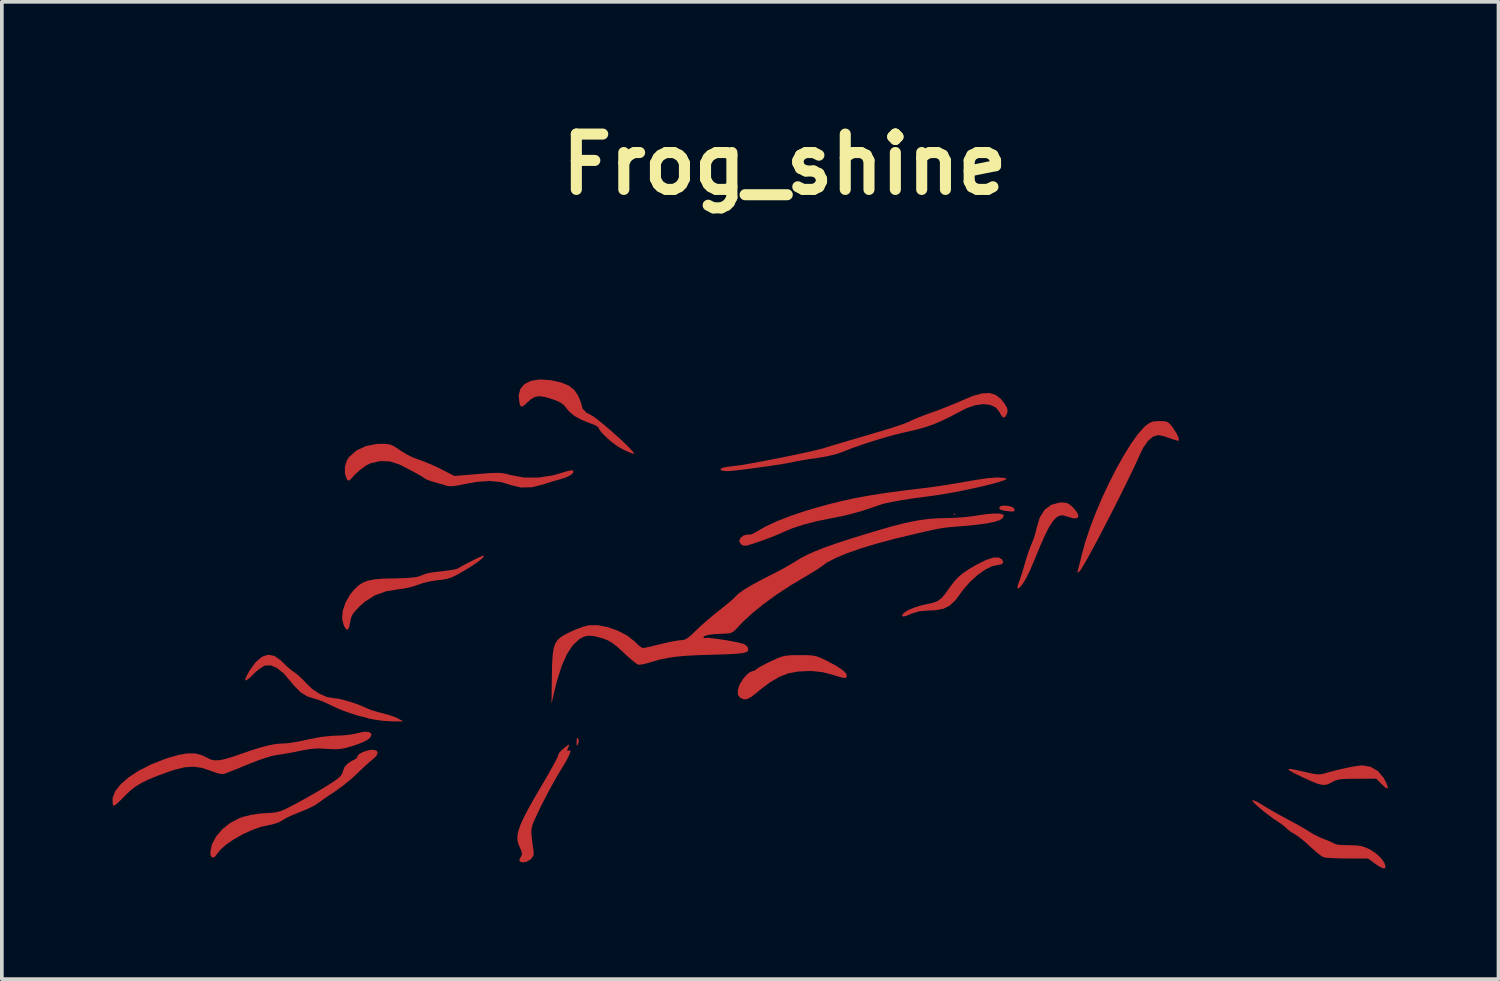
<source format=kicad_pcb>
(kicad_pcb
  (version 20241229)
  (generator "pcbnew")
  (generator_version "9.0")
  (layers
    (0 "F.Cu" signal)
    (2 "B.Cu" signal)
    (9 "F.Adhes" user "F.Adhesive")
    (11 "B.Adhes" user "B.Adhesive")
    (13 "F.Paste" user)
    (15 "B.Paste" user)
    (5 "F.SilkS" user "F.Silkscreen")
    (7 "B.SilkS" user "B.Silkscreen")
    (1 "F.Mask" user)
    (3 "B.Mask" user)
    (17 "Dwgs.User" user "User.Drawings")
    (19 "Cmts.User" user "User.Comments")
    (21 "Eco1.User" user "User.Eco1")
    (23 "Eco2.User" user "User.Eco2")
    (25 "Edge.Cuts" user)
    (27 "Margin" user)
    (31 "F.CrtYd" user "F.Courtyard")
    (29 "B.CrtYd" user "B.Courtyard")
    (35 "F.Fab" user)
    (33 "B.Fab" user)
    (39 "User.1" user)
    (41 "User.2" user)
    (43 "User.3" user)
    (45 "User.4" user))
  (footprint "Frog_shine"
    (layer "F.Cu")
    (at 18.365 12.813)
    (property "Reference" "Frog_shine" (at -0.157 -11.409 0) (layer "F.SilkS") (effects (font (size 1.5 1.5) (thickness 0.3))))
    (attr board_only exclude_from_pos_files exclude_from_bom)
    (fp_poly (pts (xy 4.465 -1.932) (xy 4.444 -1.911) (xy 4.423 -1.932) (xy 4.444 -1.953)) (stroke (width 0) (type solid)) (fill yes) (layer "F.Cu"))
    (fp_poly (pts (xy -5.753 4.137) (xy -5.732 4.217) (xy -5.75 4.284) (xy -5.778 4.345) (xy -5.79 4.337) (xy -5.794 4.251) (xy -5.794 4.24) (xy -5.787 4.145) (xy -5.762 4.13)) (stroke (width 0) (type solid)) (fill yes) (layer "F.Cu"))
    (fp_poly (pts (xy 5.884 -2.159) (xy 5.988 -2.135) (xy 6.057 -2.093) (xy 6.068 -2.07) (xy 6.071 -2.029) (xy 6.049 -2.008) (xy 5.984 -2.005) (xy 5.859 -2.018) (xy 5.79 -2.026) (xy 5.686 -2.057) (xy 5.652 -2.107) (xy 5.688 -2.148) (xy 5.775 -2.165)) (stroke (width 0) (type solid)) (fill yes) (layer "F.Cu"))
    (fp_poly (pts (xy 5.736 -0.704) (xy 5.767 -0.627) (xy 5.722 -0.574) (xy 5.61 -0.554) (xy 5.456 -0.52) (xy 5.271 -0.426) (xy 5.073 -0.285) (xy 4.876 -0.108) (xy 4.697 0.093) (xy 4.613 0.208) (xy 4.46 0.412) (xy 4.313 0.548) (xy 4.15 0.629) (xy 3.95 0.668) (xy 3.765 0.676) (xy 3.49 0.699) (xy 3.284 0.762) (xy 3.138 0.822) (xy 3.056 0.842) (xy 3.028 0.821) (xy 3.032 0.792) (xy 3.089 0.729) (xy 3.209 0.659) (xy 3.374 0.591) (xy 3.564 0.533) (xy 3.69 0.506) (xy 3.863 0.468) (xy 3.989 0.42) (xy 4.092 0.344) (xy 4.195 0.224) (xy 4.296 0.082) (xy 4.423 -0.09) (xy 4.547 -0.227) (xy 4.69 -0.346) (xy 4.873 -0.466) (xy 5.053 -0.569) (xy 5.305 -0.694) (xy 5.502 -0.757) (xy 5.646 -0.758)) (stroke (width 0) (type solid)) (fill yes) (layer "F.Cu"))
    (fp_poly (pts (xy 7.49 -2.235) (xy 7.591 -2.176) (xy 7.674 -2.096) (xy 7.776 -1.965) (xy 7.804 -1.872) (xy 7.763 -1.822) (xy 7.656 -1.821) (xy 7.488 -1.872) (xy 7.485 -1.874) (xy 7.384 -1.901) (xy 7.291 -1.892) (xy 7.201 -1.84) (xy 7.109 -1.74) (xy 7.009 -1.585) (xy 6.899 -1.369) (xy 6.773 -1.085) (xy 6.626 -0.727) (xy 6.61 -0.687) (xy 6.497 -0.421) (xy 6.389 -0.202) (xy 6.292 -0.04) (xy 6.21 0.057) (xy 6.16 0.082) (xy 6.148 0.049) (xy 6.17 -0.034) (xy 6.179 -0.056) (xy 6.216 -0.157) (xy 6.267 -0.314) (xy 6.324 -0.5) (xy 6.35 -0.593) (xy 6.409 -0.786) (xy 6.469 -0.965) (xy 6.523 -1.104) (xy 6.542 -1.146) (xy 6.593 -1.273) (xy 6.644 -1.441) (xy 6.674 -1.574) (xy 6.758 -1.848) (xy 6.888 -2.052) (xy 7.064 -2.184) (xy 7.285 -2.246) (xy 7.374 -2.25)) (stroke (width 0) (type solid)) (fill yes) (layer "F.Cu"))
    (fp_poly (pts (xy 15.725 4.914) (xy 15.92 5.03) (xy 16.076 5.215) (xy 16.146 5.351) (xy 16.184 5.461) (xy 16.176 5.502) (xy 16.121 5.475) (xy 16.016 5.38) (xy 16.008 5.372) (xy 15.87 5.234) (xy 15.349 5.236) (xy 15.123 5.238) (xy 14.962 5.245) (xy 14.848 5.26) (xy 14.762 5.285) (xy 14.684 5.322) (xy 14.665 5.333) (xy 14.576 5.38) (xy 14.491 5.403) (xy 14.396 5.4) (xy 14.275 5.368) (xy 14.113 5.303) (xy 13.895 5.204) (xy 13.823 5.17) (xy 13.633 5.076) (xy 13.521 5.012) (xy 13.486 4.976) (xy 13.53 4.968) (xy 13.653 4.987) (xy 13.857 5.033) (xy 13.93 5.05) (xy 14.124 5.094) (xy 14.26 5.115) (xy 14.364 5.115) (xy 14.458 5.095) (xy 14.462 5.094) (xy 14.684 5.032) (xy 14.919 4.974) (xy 15.145 4.925) (xy 15.339 4.891) (xy 15.478 4.874) (xy 15.5 4.874)) (stroke (width 0) (type solid)) (fill yes) (layer "F.Cu"))
    (fp_poly (pts (xy 0.447 1.887) (xy 0.59 1.896) (xy 0.705 1.918) (xy 0.82 1.961) (xy 0.963 2.029) (xy 0.99 2.042) (xy 1.245 2.179) (xy 1.419 2.294) (xy 1.513 2.39) (xy 1.528 2.466) (xy 1.528 2.468) (xy 1.506 2.498) (xy 1.461 2.506) (xy 1.376 2.489) (xy 1.234 2.447) (xy 1.171 2.426) (xy 0.876 2.349) (xy 0.585 2.318) (xy 0.5 2.317) (xy 0.205 2.331) (xy -0.056 2.381) (xy -0.302 2.476) (xy -0.552 2.623) (xy -0.826 2.83) (xy -0.911 2.902) (xy -1.06 3.018) (xy -1.171 3.077) (xy -1.265 3.084) (xy -1.355 3.047) (xy -1.421 2.964) (xy -1.427 2.838) (xy -1.377 2.684) (xy -1.279 2.527) (xy -1.185 2.42) (xy -1.098 2.348) (xy -1.051 2.33) (xy -0.959 2.301) (xy -0.926 2.273) (xy -0.868 2.23) (xy -0.753 2.165) (xy -0.602 2.087) (xy -0.529 2.052) (xy -0.362 1.976) (xy -0.233 1.927) (xy -0.112 1.901) (xy 0.03 1.889) (xy 0.225 1.886) (xy 0.248 1.886)) (stroke (width 0) (type solid)) (fill yes) (layer "F.Cu"))
    (fp_poly (pts (xy 10.137 -4.451) (xy 10.222 -4.428) (xy 10.29 -4.369) (xy 10.357 -4.281) (xy 10.454 -4.134) (xy 10.512 -4.013) (xy 10.526 -3.936) (xy 10.52 -3.923) (xy 10.474 -3.927) (xy 10.374 -3.957) (xy 10.282 -3.99) (xy 10.139 -4.037) (xy 10.012 -4.067) (xy 9.959 -4.073) (xy 9.824 -4.033) (xy 9.688 -3.917) (xy 9.561 -3.737) (xy 9.492 -3.598) (xy 9.389 -3.37) (xy 9.264 -3.104) (xy 9.121 -2.809) (xy 8.965 -2.494) (xy 8.803 -2.17) (xy 8.637 -1.845) (xy 8.474 -1.53) (xy 8.319 -1.234) (xy 8.176 -0.966) (xy 8.05 -0.737) (xy 7.946 -0.556) (xy 7.87 -0.432) (xy 7.827 -0.377) (xy 7.779 -0.345) (xy 7.779 -0.381) (xy 7.786 -0.406) (xy 7.808 -0.485) (xy 7.842 -0.621) (xy 7.884 -0.79) (xy 7.898 -0.851) (xy 7.994 -1.2) (xy 8.122 -1.58) (xy 8.276 -1.979) (xy 8.449 -2.385) (xy 8.637 -2.785) (xy 8.832 -3.167) (xy 9.029 -3.52) (xy 9.222 -3.831) (xy 9.405 -4.089) (xy 9.572 -4.28) (xy 9.615 -4.32) (xy 9.722 -4.402) (xy 9.823 -4.442) (xy 9.959 -4.455) (xy 10 -4.455)) (stroke (width 0) (type solid)) (fill yes) (layer "F.Cu"))
    (fp_poly (pts (xy -6.508 -5.565) (xy -6.222 -5.504) (xy -6.007 -5.416) (xy -5.853 -5.294) (xy -5.762 -5.16) (xy -5.708 -5.043) (xy -5.674 -4.954) (xy -5.67 -4.929) (xy -5.63 -4.794) (xy -5.526 -4.681) (xy -5.418 -4.626) (xy -5.348 -4.587) (xy -5.239 -4.507) (xy -5.099 -4.395) (xy -4.942 -4.263) (xy -4.778 -4.119) (xy -4.617 -3.974) (xy -4.471 -3.837) (xy -4.351 -3.718) (xy -4.268 -3.627) (xy -4.232 -3.575) (xy -4.239 -3.566) (xy -4.302 -3.584) (xy -4.415 -3.63) (xy -4.553 -3.694) (xy -4.683 -3.771) (xy -4.828 -3.877) (xy -4.969 -3.997) (xy -5.09 -4.116) (xy -5.173 -4.217) (xy -5.203 -4.284) (xy -5.24 -4.315) (xy -5.332 -4.36) (xy -5.405 -4.387) (xy -5.668 -4.492) (xy -5.862 -4.6) (xy -6.001 -4.72) (xy -6.058 -4.791) (xy -6.145 -4.895) (xy -6.255 -4.97) (xy -6.417 -5.037) (xy -6.437 -5.043) (xy -6.646 -5.106) (xy -6.8 -5.129) (xy -6.92 -5.111) (xy -7.027 -5.049) (xy -7.099 -4.985) (xy -7.207 -4.886) (xy -7.273 -4.846) (xy -7.312 -4.862) (xy -7.339 -4.931) (xy -7.339 -4.932) (xy -7.364 -5.148) (xy -7.317 -5.325) (xy -7.203 -5.458) (xy -7.026 -5.546) (xy -6.793 -5.582)) (stroke (width 0) (type solid)) (fill yes) (layer "F.Cu"))
    (fp_poly (pts (xy -5.995 4.339) (xy -6.003 4.354) (xy -6.046 4.451) (xy -6.039 4.484) (xy -6.012 4.473) (xy -5.964 4.462) (xy -5.963 4.514) (xy -6.007 4.625) (xy -6.095 4.79) (xy -6.209 4.977) (xy -6.332 5.183) (xy -6.474 5.435) (xy -6.617 5.702) (xy -6.746 5.955) (xy -6.756 5.976) (xy -6.863 6.197) (xy -6.938 6.359) (xy -6.986 6.478) (xy -7.011 6.571) (xy -7.019 6.655) (xy -7.015 6.746) (xy -7.008 6.815) (xy -6.99 6.978) (xy -6.97 7.125) (xy -6.957 7.202) (xy -6.959 7.315) (xy -7.028 7.411) (xy -7.03 7.413) (xy -7.137 7.48) (xy -7.249 7.504) (xy -7.334 7.478) (xy -7.338 7.475) (xy -7.339 7.422) (xy -7.307 7.356) (xy -7.274 7.288) (xy -7.28 7.217) (xy -7.326 7.109) (xy -7.331 7.098) (xy -7.374 6.995) (xy -7.397 6.89) (xy -7.396 6.775) (xy -7.368 6.64) (xy -7.312 6.479) (xy -7.222 6.282) (xy -7.097 6.042) (xy -6.933 5.749) (xy -6.726 5.396) (xy -6.66 5.284) (xy -6.535 5.07) (xy -6.429 4.88) (xy -6.347 4.726) (xy -6.297 4.621) (xy -6.284 4.578) (xy -6.266 4.534) (xy -6.197 4.46) (xy -6.13 4.403) (xy -6.033 4.329) (xy -5.991 4.309)) (stroke (width 0) (type solid)) (fill yes) (layer "F.Cu"))
    (fp_poly (pts (xy -13.987 1.904) (xy -13.821 2.017) (xy -13.771 2.067) (xy -13.643 2.192) (xy -13.5 2.309) (xy -13.45 2.343) (xy -13.324 2.442) (xy -13.187 2.572) (xy -13.115 2.651) (xy -12.951 2.808) (xy -12.754 2.936) (xy -12.552 3.022) (xy -12.384 3.05) (xy -12.254 3.066) (xy -12.074 3.109) (xy -11.871 3.17) (xy -11.673 3.24) (xy -11.507 3.312) (xy -11.501 3.315) (xy -11.364 3.372) (xy -11.189 3.427) (xy -11.071 3.456) (xy -10.898 3.501) (xy -10.733 3.558) (xy -10.645 3.597) (xy -10.482 3.683) (xy -10.8 3.681) (xy -11.015 3.669) (xy -11.25 3.638) (xy -11.42 3.604) (xy -11.75 3.515) (xy -12.023 3.427) (xy -12.261 3.333) (xy -12.454 3.242) (xy -12.615 3.167) (xy -12.769 3.105) (xy -12.878 3.072) (xy -13.091 3.004) (xy -13.275 2.89) (xy -13.449 2.715) (xy -13.536 2.606) (xy -13.726 2.384) (xy -13.91 2.236) (xy -14.082 2.164) (xy -14.238 2.172) (xy -14.26 2.18) (xy -14.36 2.241) (xy -14.483 2.34) (xy -14.563 2.418) (xy -14.661 2.511) (xy -14.736 2.566) (xy -14.769 2.573) (xy -14.764 2.524) (xy -14.721 2.426) (xy -14.65 2.3) (xy -14.649 2.298) (xy -14.484 2.073) (xy -14.319 1.932) (xy -14.153 1.876)) (stroke (width 0) (type solid)) (fill yes) (layer "F.Cu"))
    (fp_poly (pts (xy 12.574 5.829) (xy 12.679 5.88) (xy 12.787 5.946) (xy 12.916 6.025) (xy 13.095 6.129) (xy 13.299 6.243) (xy 13.476 6.338) (xy 13.67 6.442) (xy 13.849 6.542) (xy 13.992 6.627) (xy 14.076 6.682) (xy 14.192 6.751) (xy 14.347 6.826) (xy 14.458 6.871) (xy 14.595 6.925) (xy 14.701 6.973) (xy 14.746 6.999) (xy 14.805 7.017) (xy 14.925 7.03) (xy 15.085 7.036) (xy 15.133 7.036) (xy 15.325 7.041) (xy 15.464 7.059) (xy 15.585 7.097) (xy 15.708 7.155) (xy 15.864 7.257) (xy 15.998 7.381) (xy 16.091 7.507) (xy 16.126 7.615) (xy 16.102 7.665) (xy 16.027 7.653) (xy 15.9 7.579) (xy 15.835 7.533) (xy 15.65 7.397) (xy 15.093 7.397) (xy 14.876 7.394) (xy 14.684 7.387) (xy 14.534 7.377) (xy 14.448 7.364) (xy 14.443 7.363) (xy 14.37 7.318) (xy 14.258 7.231) (xy 14.127 7.115) (xy 14.082 7.073) (xy 13.94 6.944) (xy 13.799 6.83) (xy 13.686 6.751) (xy 13.664 6.739) (xy 13.55 6.67) (xy 13.463 6.6) (xy 13.452 6.589) (xy 13.38 6.522) (xy 13.27 6.44) (xy 13.222 6.409) (xy 13.08 6.314) (xy 12.93 6.203) (xy 12.785 6.088) (xy 12.658 5.981) (xy 12.563 5.892) (xy 12.514 5.833) (xy 12.515 5.816)) (stroke (width 0) (type solid)) (fill yes) (layer "F.Cu"))
    (fp_poly (pts (xy -8.304 -0.788) (xy -8.352 -0.733) (xy -8.454 -0.651) (xy -8.6 -0.549) (xy -8.779 -0.436) (xy -8.835 -0.403) (xy -9.022 -0.296) (xy -9.163 -0.226) (xy -9.286 -0.184) (xy -9.415 -0.159) (xy -9.536 -0.147) (xy -9.733 -0.118) (xy -9.936 -0.071) (xy -10.08 -0.022) (xy -10.257 0.036) (xy -10.463 0.082) (xy -10.588 0.098) (xy -10.951 0.156) (xy -11.259 0.267) (xy -11.529 0.439) (xy -11.647 0.543) (xy -11.777 0.673) (xy -11.857 0.774) (xy -11.901 0.868) (xy -11.925 0.979) (xy -11.926 0.984) (xy -11.956 1.133) (xy -11.992 1.199) (xy -12.038 1.185) (xy -12.096 1.096) (xy -12.146 0.911) (xy -12.132 0.696) (xy -12.057 0.467) (xy -11.927 0.242) (xy -11.822 0.113) (xy -11.708 0.003) (xy -11.587 -0.077) (xy -11.444 -0.132) (xy -11.263 -0.167) (xy -11.028 -0.186) (xy -10.737 -0.192) (xy -10.483 -0.199) (xy -10.273 -0.212) (xy -10.121 -0.232) (xy -10.058 -0.249) (xy -9.944 -0.295) (xy -9.851 -0.326) (xy -9.753 -0.348) (xy -9.625 -0.366) (xy -9.439 -0.386) (xy -9.426 -0.388) (xy -9.252 -0.409) (xy -9.109 -0.434) (xy -9.019 -0.456) (xy -9.002 -0.465) (xy -8.94 -0.504) (xy -8.829 -0.564) (xy -8.692 -0.636) (xy -8.55 -0.707) (xy -8.426 -0.766) (xy -8.341 -0.802) (xy -8.319 -0.808)) (stroke (width 0) (type solid)) (fill yes) (layer "F.Cu"))
    (fp_poly (pts (xy 5.78 -2.917) (xy 5.849 -2.899) (xy 5.847 -2.878) (xy 5.772 -2.844) (xy 5.637 -2.8) (xy 5.452 -2.749) (xy 5.228 -2.694) (xy 4.977 -2.637) (xy 4.711 -2.58) (xy 4.439 -2.527) (xy 4.174 -2.48) (xy 3.927 -2.441) (xy 3.787 -2.422) (xy 3.374 -2.367) (xy 3.021 -2.314) (xy 2.734 -2.262) (xy 2.52 -2.214) (xy 2.415 -2.181) (xy 1.946 -2.022) (xy 1.506 -1.903) (xy 1.118 -1.824) (xy 0.737 -1.748) (xy 0.379 -1.656) (xy 0.065 -1.555) (xy -0.187 -1.45) (xy -0.211 -1.438) (xy -0.332 -1.384) (xy -0.507 -1.314) (xy -0.71 -1.238) (xy -0.913 -1.166) (xy -1.091 -1.108) (xy -1.196 -1.078) (xy -1.29 -1.085) (xy -1.334 -1.111) (xy -1.38 -1.183) (xy -1.387 -1.213) (xy -1.351 -1.292) (xy -1.267 -1.356) (xy -1.172 -1.38) (xy -1.151 -1.377) (xy -1.057 -1.387) (xy -0.931 -1.447) (xy -0.903 -1.466) (xy -0.671 -1.6) (xy -0.368 -1.741) (xy -0.004 -1.883) (xy 0.409 -2.022) (xy 0.669 -2.099) (xy 1.048 -2.204) (xy 1.41 -2.293) (xy 1.771 -2.371) (xy 2.15 -2.44) (xy 2.566 -2.505) (xy 3.037 -2.568) (xy 3.384 -2.61) (xy 3.644 -2.642) (xy 3.887 -2.674) (xy 4.134 -2.71) (xy 4.406 -2.754) (xy 4.724 -2.808) (xy 5.032 -2.862) (xy 5.345 -2.908) (xy 5.597 -2.927)) (stroke (width 0) (type solid)) (fill yes) (layer "F.Cu"))
    (fp_poly (pts (xy -11.212 4.473) (xy -11.181 4.533) (xy -11.218 4.618) (xy -11.317 4.712) (xy -11.409 4.787) (xy -11.538 4.902) (xy -11.68 5.037) (xy -11.731 5.088) (xy -11.905 5.247) (xy -12.113 5.417) (xy -12.314 5.563) (xy -12.348 5.586) (xy -12.503 5.689) (xy -12.636 5.78) (xy -12.727 5.845) (xy -12.751 5.865) (xy -12.88 5.953) (xy -13.088 6.056) (xy -13.37 6.17) (xy -13.374 6.172) (xy -13.536 6.239) (xy -13.683 6.313) (xy -13.772 6.367) (xy -13.89 6.428) (xy -14.045 6.475) (xy -14.119 6.489) (xy -14.343 6.538) (xy -14.591 6.627) (xy -14.844 6.744) (xy -15.084 6.88) (xy -15.292 7.023) (xy -15.45 7.165) (xy -15.521 7.258) (xy -15.597 7.354) (xy -15.664 7.374) (xy -15.708 7.32) (xy -15.718 7.238) (xy -15.677 7.023) (xy -15.565 6.808) (xy -15.395 6.607) (xy -15.179 6.434) (xy -14.929 6.303) (xy -14.835 6.269) (xy -14.616 6.216) (xy -14.363 6.178) (xy -14.204 6.167) (xy -14.047 6.159) (xy -13.925 6.143) (xy -13.813 6.112) (xy -13.686 6.059) (xy -13.521 5.976) (xy -13.419 5.921) (xy -13.111 5.754) (xy -12.831 5.594) (xy -12.588 5.448) (xy -12.393 5.323) (xy -12.255 5.225) (xy -12.189 5.165) (xy -12.133 5.073) (xy -12.115 5.004) (xy -12.08 4.916) (xy -11.992 4.822) (xy -11.879 4.747) (xy -11.829 4.727) (xy -11.754 4.681) (xy -11.733 4.636) (xy -11.696 4.577) (xy -11.6 4.519) (xy -11.471 4.473) (xy -11.336 4.451) (xy -11.311 4.45)) (stroke (width 0) (type solid)) (fill yes) (layer "F.Cu"))
    (fp_poly (pts (xy -10.958 -3.836) (xy -10.845 -3.819) (xy -10.745 -3.777) (xy -10.623 -3.697) (xy -10.573 -3.662) (xy -10.406 -3.557) (xy -10.222 -3.465) (xy -10.086 -3.415) (xy -9.938 -3.363) (xy -9.748 -3.285) (xy -9.549 -3.194) (xy -9.475 -3.157) (xy -9.104 -2.968) (xy -8.478 -3.019) (xy -8.228 -3.039) (xy -8.044 -3.05) (xy -7.907 -3.051) (xy -7.796 -3.042) (xy -7.693 -3.023) (xy -7.58 -2.992) (xy -7.577 -2.991) (xy -7.216 -2.925) (xy -6.827 -2.923) (xy -6.435 -2.984) (xy -6.249 -3.037) (xy -6.093 -3.085) (xy -5.969 -3.115) (xy -5.898 -3.123) (xy -5.89 -3.12) (xy -5.88 -3.064) (xy -5.941 -2.999) (xy -6.062 -2.935) (xy -6.225 -2.881) (xy -6.404 -2.831) (xy -6.583 -2.777) (xy -6.687 -2.742) (xy -7.003 -2.662) (xy -7.299 -2.654) (xy -7.557 -2.716) (xy -7.842 -2.802) (xy -8.149 -2.832) (xy -8.492 -2.808) (xy -8.766 -2.759) (xy -8.983 -2.715) (xy -9.137 -2.692) (xy -9.246 -2.69) (xy -9.328 -2.706) (xy -9.335 -2.708) (xy -9.46 -2.748) (xy -9.612 -2.791) (xy -9.656 -2.803) (xy -9.784 -2.843) (xy -9.882 -2.885) (xy -9.905 -2.9) (xy -9.982 -2.951) (xy -10.119 -3.03) (xy -10.297 -3.126) (xy -10.498 -3.231) (xy -10.588 -3.276) (xy -10.844 -3.36) (xy -11.111 -3.372) (xy -11.367 -3.314) (xy -11.486 -3.257) (xy -11.635 -3.152) (xy -11.78 -3.024) (xy -11.827 -2.974) (xy -11.912 -2.878) (xy -11.962 -2.841) (xy -11.996 -2.853) (xy -12.022 -2.888) (xy -12.071 -3.036) (xy -12.069 -3.214) (xy -12.019 -3.385) (xy -11.961 -3.479) (xy -11.756 -3.658) (xy -11.499 -3.779) (xy -11.205 -3.835) (xy -11.118 -3.838)) (stroke (width 0) (type solid)) (fill yes) (layer "F.Cu"))
    (fp_poly (pts (xy -11.432 3.966) (xy -11.361 4.008) (xy -11.352 4.043) (xy -11.383 4.12) (xy -11.482 4.196) (xy -11.653 4.275) (xy -11.851 4.344) (xy -12.043 4.4) (xy -12.193 4.429) (xy -12.341 4.437) (xy -12.526 4.428) (xy -12.554 4.426) (xy -12.773 4.415) (xy -12.973 4.426) (xy -13.195 4.461) (xy -13.305 4.484) (xy -13.509 4.525) (xy -13.708 4.561) (xy -13.87 4.586) (xy -13.917 4.592) (xy -14.038 4.616) (xy -14.213 4.668) (xy -14.421 4.739) (xy -14.638 4.822) (xy -14.659 4.831) (xy -14.866 4.916) (xy -15.053 4.992) (xy -15.203 5.052) (xy -15.295 5.089) (xy -15.304 5.092) (xy -15.383 5.11) (xy -15.478 5.099) (xy -15.612 5.057) (xy -15.707 5.02) (xy -15.948 4.94) (xy -16.176 4.909) (xy -16.412 4.925) (xy -16.682 4.991) (xy -16.843 5.045) (xy -17.15 5.157) (xy -17.391 5.255) (xy -17.583 5.349) (xy -17.741 5.446) (xy -17.883 5.557) (xy -18.023 5.689) (xy -18.053 5.721) (xy -18.186 5.855) (xy -18.273 5.934) (xy -18.325 5.965) (xy -18.352 5.954) (xy -18.361 5.932) (xy -18.365 5.756) (xy -18.291 5.571) (xy -18.144 5.384) (xy -17.932 5.199) (xy -17.659 5.021) (xy -17.333 4.854) (xy -16.957 4.705) (xy -16.886 4.68) (xy -16.581 4.591) (xy -16.331 4.548) (xy -16.121 4.551) (xy -15.937 4.601) (xy -15.821 4.659) (xy -15.713 4.712) (xy -15.602 4.737) (xy -15.471 4.733) (xy -15.306 4.699) (xy -15.089 4.633) (xy -14.914 4.572) (xy -14.589 4.46) (xy -14.327 4.379) (xy -14.114 4.325) (xy -13.933 4.293) (xy -13.771 4.281) (xy -13.74 4.281) (xy -13.602 4.27) (xy -13.413 4.242) (xy -13.203 4.202) (xy -13.082 4.174) (xy -12.71 4.102) (xy -12.372 4.069) (xy -12.303 4.068) (xy -12.104 4.06) (xy -11.904 4.037) (xy -11.746 4.004) (xy -11.739 4.002) (xy -11.562 3.964)) (stroke (width 0) (type solid)) (fill yes) (layer "F.Cu"))
    (fp_poly (pts (xy 5.56 -5.165) (xy 5.7 -5.057) (xy 5.802 -4.927) (xy 5.868 -4.813) (xy 5.885 -4.728) (xy 5.867 -4.652) (xy 5.814 -4.56) (xy 5.758 -4.553) (xy 5.698 -4.63) (xy 5.672 -4.686) (xy 5.575 -4.815) (xy 5.424 -4.891) (xy 5.23 -4.915) (xy 5.007 -4.885) (xy 4.765 -4.8) (xy 4.67 -4.753) (xy 4.371 -4.594) (xy 4.123 -4.472) (xy 3.901 -4.376) (xy 3.684 -4.299) (xy 3.449 -4.232) (xy 3.173 -4.166) (xy 3.044 -4.138) (xy 2.819 -4.083) (xy 2.546 -4.006) (xy 2.252 -3.917) (xy 1.959 -3.822) (xy 1.693 -3.729) (xy 1.478 -3.645) (xy 1.428 -3.624) (xy 1.243 -3.56) (xy 0.999 -3.501) (xy 0.72 -3.454) (xy 0.717 -3.454) (xy 0.509 -3.424) (xy 0.317 -3.393) (xy 0.166 -3.366) (xy 0.094 -3.35) (xy -0.02 -3.326) (xy -0.198 -3.295) (xy -0.421 -3.26) (xy -0.671 -3.223) (xy -0.931 -3.187) (xy -1.182 -3.153) (xy -1.407 -3.126) (xy -1.587 -3.107) (xy -1.704 -3.098) (xy -1.715 -3.098) (xy -1.825 -3.107) (xy -1.889 -3.129) (xy -1.896 -3.14) (xy -1.878 -3.17) (xy -1.817 -3.195) (xy -1.699 -3.217) (xy -1.513 -3.241) (xy -1.45 -3.247) (xy -1.318 -3.265) (xy -1.121 -3.299) (xy -0.874 -3.343) (xy -0.595 -3.397) (xy -0.299 -3.455) (xy -0.002 -3.515) (xy 0.278 -3.574) (xy 0.527 -3.628) (xy 0.728 -3.675) (xy 0.864 -3.71) (xy 0.882 -3.715) (xy 0.982 -3.746) (xy 1.1 -3.782) (xy 1.247 -3.826) (xy 1.432 -3.881) (xy 1.664 -3.949) (xy 1.955 -4.035) (xy 2.315 -4.141) (xy 2.441 -4.178) (xy 2.677 -4.249) (xy 2.895 -4.32) (xy 3.076 -4.383) (xy 3.204 -4.433) (xy 3.247 -4.454) (xy 3.344 -4.5) (xy 3.498 -4.564) (xy 3.685 -4.636) (xy 3.829 -4.687) (xy 4.065 -4.773) (xy 4.324 -4.875) (xy 4.562 -4.974) (xy 4.656 -5.016) (xy 4.953 -5.139) (xy 5.196 -5.205) (xy 5.395 -5.214)) (stroke (width 0) (type solid)) (fill yes) (layer "F.Cu"))
    (fp_poly (pts (xy 5.67 -1.948) (xy 5.761 -1.924) (xy 5.78 -1.895) (xy 5.753 -1.828) (xy 5.669 -1.771) (xy 5.523 -1.723) (xy 5.309 -1.68) (xy 5.02 -1.643) (xy 4.698 -1.612) (xy 4.49 -1.595) (xy 4.331 -1.582) (xy 4.204 -1.568) (xy 4.088 -1.551) (xy 3.964 -1.529) (xy 3.814 -1.497) (xy 3.617 -1.453) (xy 3.384 -1.4) (xy 2.834 -1.268) (xy 2.337 -1.135) (xy 1.899 -1.002) (xy 1.525 -0.87) (xy 1.22 -0.743) (xy 0.991 -0.622) (xy 0.881 -0.544) (xy 0.788 -0.477) (xy 0.644 -0.384) (xy 0.475 -0.282) (xy 0.394 -0.235) (xy 0 0) (xy -0.381 0.251) (xy -0.733 0.507) (xy -1.041 0.757) (xy -1.291 0.989) (xy -1.359 1.06) (xy -1.471 1.182) (xy -1.553 1.254) (xy -1.63 1.29) (xy -1.727 1.303) (xy -1.832 1.307) (xy -2.057 1.318) (xy -2.228 1.34) (xy -2.332 1.372) (xy -2.362 1.404) (xy -2.329 1.427) (xy -2.286 1.421) (xy -2.218 1.419) (xy -2.089 1.432) (xy -1.92 1.455) (xy -1.733 1.484) (xy -1.548 1.518) (xy -1.388 1.551) (xy -1.274 1.58) (xy -1.252 1.588) (xy -1.177 1.646) (xy -1.156 1.681) (xy -1.143 1.734) (xy -1.154 1.775) (xy -1.199 1.806) (xy -1.287 1.829) (xy -1.425 1.846) (xy -1.625 1.859) (xy -1.893 1.869) (xy -2.14 1.876) (xy -2.522 1.888) (xy -2.836 1.905) (xy -3.098 1.929) (xy -3.326 1.963) (xy -3.537 2.007) (xy -3.747 2.066) (xy -3.856 2.1) (xy -3.988 2.134) (xy -4.097 2.146) (xy -4.132 2.142) (xy -4.193 2.103) (xy -4.297 2.019) (xy -4.429 1.903) (xy -4.525 1.813) (xy -4.693 1.659) (xy -4.829 1.554) (xy -4.954 1.483) (xy -5.09 1.431) (xy -5.09 1.431) (xy -5.302 1.375) (xy -5.461 1.359) (xy -5.592 1.385) (xy -5.715 1.451) (xy -5.892 1.614) (xy -6.051 1.853) (xy -6.193 2.17) (xy -6.32 2.569) (xy -6.37 2.766) (xy -6.473 3.199) (xy -6.463 2.457) (xy -6.457 2.143) (xy -6.443 1.901) (xy -6.418 1.718) (xy -6.375 1.581) (xy -6.308 1.477) (xy -6.213 1.393) (xy -6.083 1.317) (xy -5.952 1.252) (xy -5.78 1.177) (xy -5.61 1.116) (xy -5.478 1.081) (xy -5.47 1.079) (xy -5.229 1.075) (xy -4.959 1.125) (xy -4.684 1.221) (xy -4.431 1.352) (xy -4.225 1.51) (xy -4.187 1.55) (xy -4.096 1.636) (xy -4.017 1.688) (xy -3.995 1.694) (xy -3.929 1.684) (xy -3.803 1.657) (xy -3.636 1.617) (xy -3.519 1.588) (xy -3.325 1.542) (xy -3.147 1.506) (xy -3.01 1.485) (xy -2.961 1.482) (xy -2.878 1.471) (xy -2.795 1.431) (xy -2.693 1.349) (xy -2.567 1.227) (xy -2.423 1.09) (xy -2.239 0.928) (xy -2.043 0.764) (xy -1.926 0.672) (xy -1.766 0.545) (xy -1.628 0.43) (xy -1.527 0.34) (xy -1.483 0.293) (xy -1.4 0.214) (xy -1.247 0.108) (xy -1.031 -0.021) (xy -0.758 -0.169) (xy -0.513 -0.293) (xy -0.316 -0.394) (xy -0.124 -0.498) (xy 0.035 -0.59) (xy 0.108 -0.636) (xy 0.266 -0.734) (xy 0.45 -0.83) (xy 0.669 -0.928) (xy 0.932 -1.031) (xy 1.246 -1.142) (xy 1.621 -1.265) (xy 2.065 -1.402) (xy 2.358 -1.49) (xy 2.774 -1.609) (xy 3.127 -1.698) (xy 3.437 -1.761) (xy 3.72 -1.801) (xy 3.992 -1.821) (xy 4.189 -1.825) (xy 4.43 -1.832) (xy 4.687 -1.85) (xy 4.92 -1.875) (xy 5.016 -1.89) (xy 5.29 -1.931) (xy 5.511 -1.951)) (stroke (width 0) (type solid)) (fill yes) (layer "F.Cu"))
    (pad "1" smd circle (at 5.41 -5.03) (size 0.2 0.2) (layers "F.Cu")))
  (gr_rect
    (start -3 -3)
    (end 37.549 23.478)
    (stroke (width 0.1) (type default))
    (fill no)
    (layer "Edge.Cuts")))
</source>
